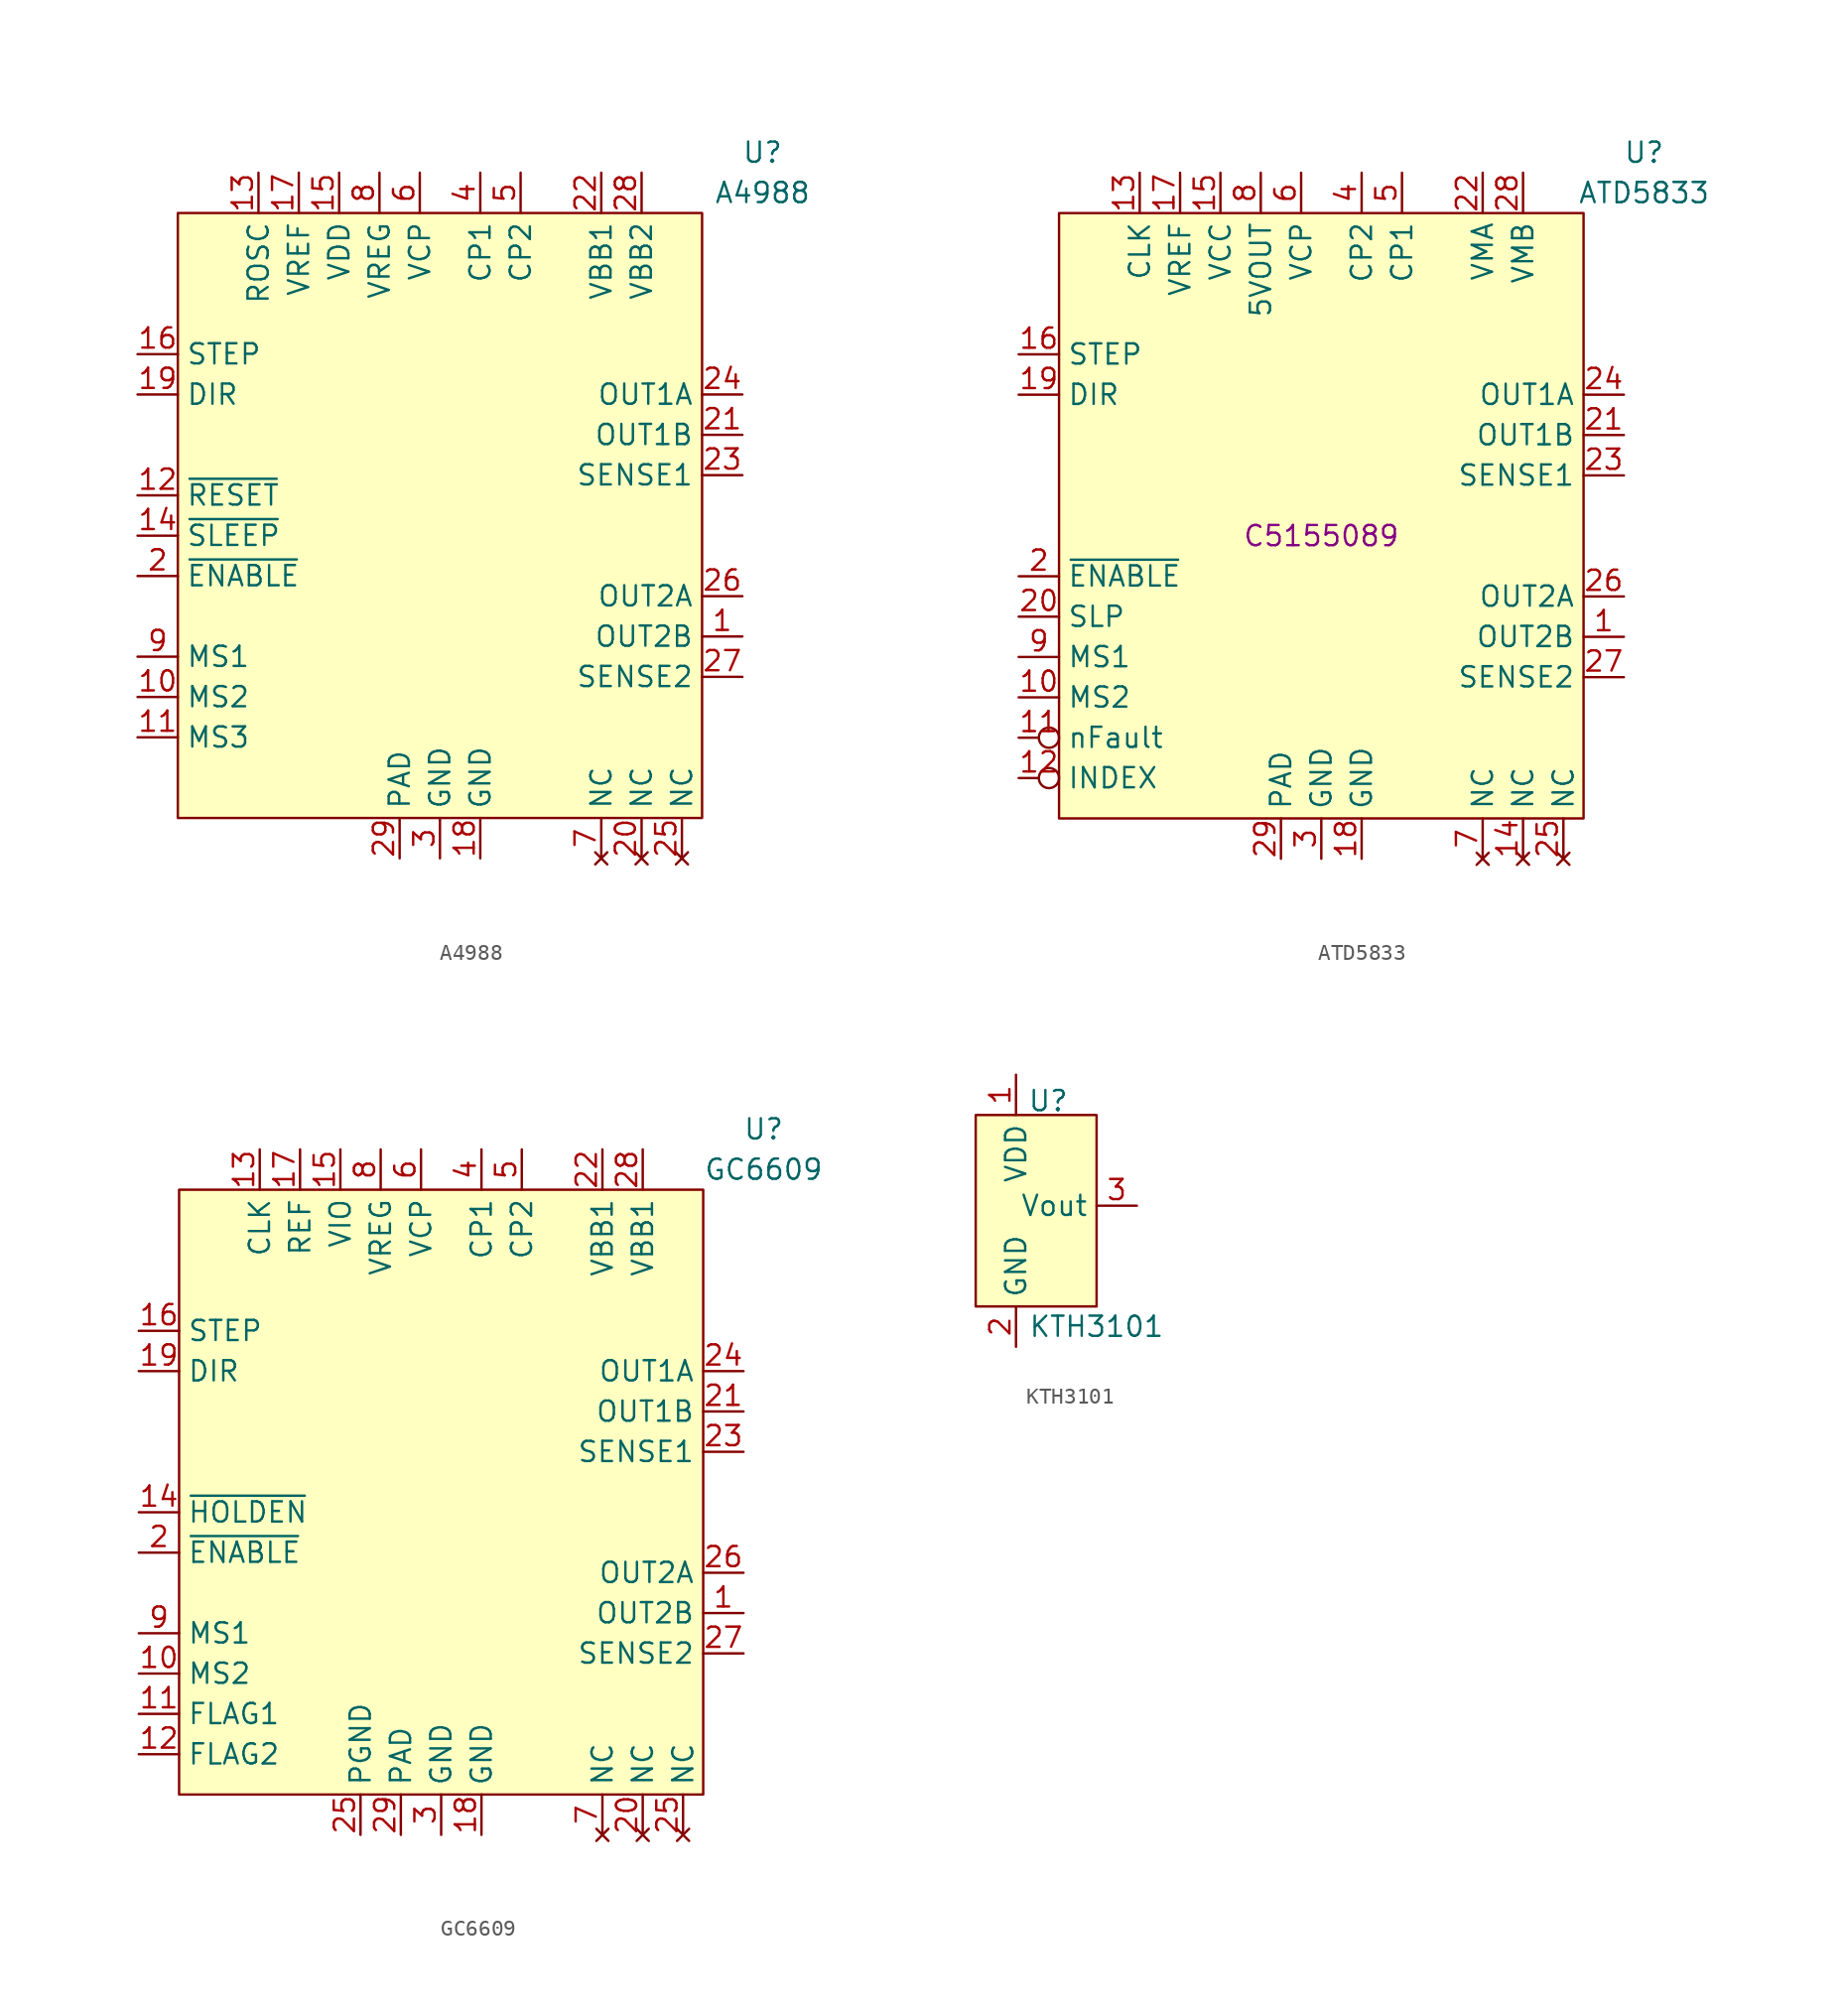
<source format=kicad_sym>
(kicad_symbol_lib
  (version 20241209)
  (generator "kicad_symbol_editor")
  (generator_version "9.0")
  (symbol "A4988"
    (property "Reference" "U"
      (at 20.32 24.13 0)
      (effects (font (size 1.27 1.27))))
    (property "Value" "A4988"
      (at 20.32 21.59 0)
      (effects (font (size 1.27 1.27))))
    (symbol "A4988_1_1"
      (rectangle (start -16.51 20.32) (end 16.51 -17.78) (stroke (width 0) (type default)) (fill (type background)))
      (pin input line (at -19.05 11.43 0) (length 2.54) (name "STEP" (effects (font (size 1.27 1.27)))) (number "16" (effects (font (size 1.27 1.27)))))
      (pin input line (at -19.05 8.89 0) (length 2.54) (name "DIR" (effects (font (size 1.27 1.27)))) (number "19" (effects (font (size 1.27 1.27)))))
      (pin input line (at -19.05 2.54 0) (length 2.54) (name "~{RESET}" (effects (font (size 1.27 1.27)))) (number "12" (effects (font (size 1.27 1.27)))))
      (pin input line (at -19.05 0 0) (length 2.54) (name "~{SLEEP}" (effects (font (size 1.27 1.27)))) (number "14" (effects (font (size 1.27 1.27)))))
      (pin input line (at -19.05 -2.54 0) (length 2.54) (name "~{ENABLE}" (effects (font (size 1.27 1.27)))) (number "2" (effects (font (size 1.27 1.27)))))
      (pin input line (at -19.05 -7.62 0) (length 2.54) (name "MS1" (effects (font (size 1.27 1.27)))) (number "9" (effects (font (size 1.27 1.27)))))
      (pin input line (at -19.05 -10.16 0) (length 2.54) (name "MS2" (effects (font (size 1.27 1.27)))) (number "10" (effects (font (size 1.27 1.27)))))
      (pin input line (at -19.05 -12.7 0) (length 2.54) (name "MS3" (effects (font (size 1.27 1.27)))) (number "11" (effects (font (size 1.27 1.27)))))
      (pin passive line (at -11.43 22.86 270) (length 2.54) (name "ROSC" (effects (font (size 1.27 1.27)))) (number "13" (effects (font (size 1.27 1.27)))))
      (pin input line (at -8.89 22.86 270) (length 2.54) (name "VREF" (effects (font (size 1.27 1.27)))) (number "17" (effects (font (size 1.27 1.27)))))
      (pin power_in line (at -6.35 22.86 270) (length 2.54) (name "VDD" (effects (font (size 1.27 1.27)))) (number "15" (effects (font (size 1.27 1.27)))))
      (pin passive line (at -3.81 22.86 270) (length 2.54) (name "VREG" (effects (font (size 1.27 1.27)))) (number "8" (effects (font (size 1.27 1.27)))))
      (pin passive line (at -2.54 -20.32 90) (length 2.54) (name "PAD" (effects (font (size 1.27 1.27)))) (number "29" (effects (font (size 1.27 1.27)))))
      (pin passive line (at -1.27 22.86 270) (length 2.54) (name "VCP" (effects (font (size 1.27 1.27)))) (number "6" (effects (font (size 1.27 1.27)))))
      (pin power_in line (at 0 -20.32 90) (length 2.54) (name "GND" (effects (font (size 1.27 1.27)))) (number "3" (effects (font (size 1.27 1.27)))))
      (pin passive line (at 2.54 22.86 270) (length 2.54) (name "CP1" (effects (font (size 1.27 1.27)))) (number "4" (effects (font (size 1.27 1.27)))))
      (pin power_in line (at 2.54 -20.32 90) (length 2.54) (name "GND" (effects (font (size 1.27 1.27)))) (number "18" (effects (font (size 1.27 1.27)))))
      (pin passive line (at 5.08 22.86 270) (length 2.54) (name "CP2" (effects (font (size 1.27 1.27)))) (number "5" (effects (font (size 1.27 1.27)))))
      (pin power_in line (at 10.16 22.86 270) (length 2.54) (name "VBB1" (effects (font (size 1.27 1.27)))) (number "22" (effects (font (size 1.27 1.27)))))
      (pin no_connect line (at 10.16 -20.32 90) (length 2.54) (name "NC" (effects (font (size 1.27 1.27)))) (number "7" (effects (font (size 1.27 1.27)))))
      (pin power_in line (at 12.7 22.86 270) (length 2.54) (name "VBB2" (effects (font (size 1.27 1.27)))) (number "28" (effects (font (size 1.27 1.27)))))
      (pin no_connect line (at 12.7 -20.32 90) (length 2.54) (name "NC" (effects (font (size 1.27 1.27)))) (number "20" (effects (font (size 1.27 1.27)))))
      (pin no_connect line (at 15.24 -20.32 90) (length 2.54) (name "NC" (effects (font (size 1.27 1.27)))) (number "25" (effects (font (size 1.27 1.27)))))
      (pin output line (at 19.05 8.89 180) (length 2.54) (name "OUT1A" (effects (font (size 1.27 1.27)))) (number "24" (effects (font (size 1.27 1.27)))))
      (pin output line (at 19.05 6.35 180) (length 2.54) (name "OUT1B" (effects (font (size 1.27 1.27)))) (number "21" (effects (font (size 1.27 1.27)))))
      (pin passive line (at 19.05 3.81 180) (length 2.54) (name "SENSE1" (effects (font (size 1.27 1.27)))) (number "23" (effects (font (size 1.27 1.27)))))
      (pin output line (at 19.05 -3.81 180) (length 2.54) (name "OUT2A" (effects (font (size 1.27 1.27)))) (number "26" (effects (font (size 1.27 1.27)))))
      (pin output line (at 19.05 -6.35 180) (length 2.54) (name "OUT2B" (effects (font (size 1.27 1.27)))) (number "1" (effects (font (size 1.27 1.27)))))
      (pin passive line (at 19.05 -8.89 180) (length 2.54) (name "SENSE2" (effects (font (size 1.27 1.27)))) (number "27" (effects (font (size 1.27 1.27)))))))
  (symbol "ATD5833"
    (property "Reference" "U"
      (at 20.32 24.13 0)
      (effects (font (size 1.27 1.27))))
    (property "Value" "ATD5833"
      (at 20.32 21.59 0)
      (effects (font (size 1.27 1.27))))
    (property "LCSC" "C5155089"
      (at 0 0 0)
      (effects (font (size 1.27 1.27))))
    (symbol "ATD5833_1_1"
      (rectangle (start -16.51 20.32) (end 16.51 -17.78) (stroke (width 0) (type default)) (fill (type background)))
      (pin input line (at -19.05 11.43 0) (length 2.54) (name "STEP" (effects (font (size 1.27 1.27)))) (number "16" (effects (font (size 1.27 1.27)))))
      (pin input line (at -19.05 8.89 0) (length 2.54) (name "DIR" (effects (font (size 1.27 1.27)))) (number "19" (effects (font (size 1.27 1.27)))))
      (pin input line (at -19.05 -2.54 0) (length 2.54) (name "~{ENABLE}" (effects (font (size 1.27 1.27)))) (number "2" (effects (font (size 1.27 1.27)))))
      (pin input line (at -19.05 -5.08 0) (length 2.54) (name "SLP" (effects (font (size 1.27 1.27)))) (number "20" (effects (font (size 1.27 1.27)))))
      (pin input line (at -19.05 -7.62 0) (length 2.54) (name "MS1" (effects (font (size 1.27 1.27)))) (number "9" (effects (font (size 1.27 1.27)))))
      (pin input line (at -19.05 -10.16 0) (length 2.54) (name "MS2" (effects (font (size 1.27 1.27)))) (number "10" (effects (font (size 1.27 1.27)))))
      (pin output inverted (at -19.05 -12.7 0) (length 2.54) (name "nFault" (effects (font (size 1.27 1.27)))) (number "11" (effects (font (size 1.27 1.27)))))
      (pin output inverted (at -19.05 -15.24 0) (length 2.54) (name "INDEX" (effects (font (size 1.27 1.27)))) (number "12" (effects (font (size 1.27 1.27)))))
      (pin input line (at -11.43 22.86 270) (length 2.54) (name "CLK" (effects (font (size 1.27 1.27)))) (number "13" (effects (font (size 1.27 1.27)))))
      (pin input line (at -8.89 22.86 270) (length 2.54) (name "VREF" (effects (font (size 1.27 1.27)))) (number "17" (effects (font (size 1.27 1.27)))))
      (pin power_in line (at -6.35 22.86 270) (length 2.54) (name "VCC" (effects (font (size 1.27 1.27)))) (number "15" (effects (font (size 1.27 1.27)))))
      (pin power_out line (at -3.81 22.86 270) (length 2.54) (name "5VOUT" (effects (font (size 1.27 1.27)))) (number "8" (effects (font (size 1.27 1.27)))))
      (pin passive line (at -2.54 -20.32 90) (length 2.54) (name "PAD" (effects (font (size 1.27 1.27)))) (number "29" (effects (font (size 1.27 1.27)))))
      (pin passive line (at -1.27 22.86 270) (length 2.54) (name "VCP" (effects (font (size 1.27 1.27)))) (number "6" (effects (font (size 1.27 1.27)))))
      (pin power_in line (at 0 -20.32 90) (length 2.54) (name "GND" (effects (font (size 1.27 1.27)))) (number "3" (effects (font (size 1.27 1.27)))))
      (pin passive line (at 2.54 22.86 270) (length 2.54) (name "CP2" (effects (font (size 1.27 1.27)))) (number "4" (effects (font (size 1.27 1.27)))))
      (pin power_in line (at 2.54 -20.32 90) (length 2.54) (name "GND" (effects (font (size 1.27 1.27)))) (number "18" (effects (font (size 1.27 1.27)))))
      (pin passive line (at 5.08 22.86 270) (length 2.54) (name "CP1" (effects (font (size 1.27 1.27)))) (number "5" (effects (font (size 1.27 1.27)))))
      (pin power_in line (at 10.16 22.86 270) (length 2.54) (name "VMA" (effects (font (size 1.27 1.27)))) (number "22" (effects (font (size 1.27 1.27)))))
      (pin no_connect line (at 10.16 -20.32 90) (length 2.54) (name "NC" (effects (font (size 1.27 1.27)))) (number "7" (effects (font (size 1.27 1.27)))))
      (pin power_in line (at 12.7 22.86 270) (length 2.54) (name "VMB" (effects (font (size 1.27 1.27)))) (number "28" (effects (font (size 1.27 1.27)))))
      (pin no_connect line (at 12.7 -20.32 90) (length 2.54) (name "NC" (effects (font (size 1.27 1.27)))) (number "14" (effects (font (size 1.27 1.27)))))
      (pin no_connect line (at 15.24 -20.32 90) (length 2.54) (name "NC" (effects (font (size 1.27 1.27)))) (number "25" (effects (font (size 1.27 1.27)))))
      (pin output line (at 19.05 8.89 180) (length 2.54) (name "OUT1A" (effects (font (size 1.27 1.27)))) (number "24" (effects (font (size 1.27 1.27)))))
      (pin output line (at 19.05 6.35 180) (length 2.54) (name "OUT1B" (effects (font (size 1.27 1.27)))) (number "21" (effects (font (size 1.27 1.27)))))
      (pin input line (at 19.05 3.81 180) (length 2.54) (name "SENSE1" (effects (font (size 1.27 1.27)))) (number "23" (effects (font (size 1.27 1.27)))))
      (pin output line (at 19.05 -3.81 180) (length 2.54) (name "OUT2A" (effects (font (size 1.27 1.27)))) (number "26" (effects (font (size 1.27 1.27)))))
      (pin output line (at 19.05 -6.35 180) (length 2.54) (name "OUT2B" (effects (font (size 1.27 1.27)))) (number "1" (effects (font (size 1.27 1.27)))))
      (pin input line (at 19.05 -8.89 180) (length 2.54) (name "SENSE2" (effects (font (size 1.27 1.27)))) (number "27" (effects (font (size 1.27 1.27)))))))
  (symbol "GC6609"
    (property "Reference" "U"
      (at 20.32 24.13 0)
      (effects (font (size 1.27 1.27))))
    (property "Value" "GC6609"
      (at 20.32 21.59 0)
      (effects (font (size 1.27 1.27))))
    (symbol "GC6609_1_1"
      (rectangle (start -16.51 20.32) (end 16.51 -17.78) (stroke (width 0) (type default)) (fill (type background)))
      (pin input line (at -19.05 11.43 0) (length 2.54) (name "STEP" (effects (font (size 1.27 1.27)))) (number "16" (effects (font (size 1.27 1.27)))))
      (pin input line (at -19.05 8.89 0) (length 2.54) (name "DIR" (effects (font (size 1.27 1.27)))) (number "19" (effects (font (size 1.27 1.27)))))
      (pin input line (at -19.05 0 0) (length 2.54) (name "~{HOLDEN}" (effects (font (size 1.27 1.27)))) (number "14" (effects (font (size 1.27 1.27)))))
      (pin input line (at -19.05 -2.54 0) (length 2.54) (name "~{ENABLE}" (effects (font (size 1.27 1.27)))) (number "2" (effects (font (size 1.27 1.27)))))
      (pin input line (at -19.05 -7.62 0) (length 2.54) (name "MS1" (effects (font (size 1.27 1.27)))) (number "9" (effects (font (size 1.27 1.27)))))
      (pin input line (at -19.05 -10.16 0) (length 2.54) (name "MS2" (effects (font (size 1.27 1.27)))) (number "10" (effects (font (size 1.27 1.27)))))
      (pin output line (at -19.05 -12.7 0) (length 2.54) (name "FLAG1" (effects (font (size 1.27 1.27)))) (number "11" (effects (font (size 1.27 1.27)))))
      (pin output line (at -19.05 -15.24 0) (length 2.54) (name "FLAG2" (effects (font (size 1.27 1.27)))) (number "12" (effects (font (size 1.27 1.27)))))
      (pin passive line (at -11.43 22.86 270) (length 2.54) (name "CLK" (effects (font (size 1.27 1.27)))) (number "13" (effects (font (size 1.27 1.27)))))
      (pin input line (at -8.89 22.86 270) (length 2.54) (name "REF" (effects (font (size 1.27 1.27)))) (number "17" (effects (font (size 1.27 1.27)))))
      (pin power_in line (at -6.35 22.86 270) (length 2.54) (name "VIO" (effects (font (size 1.27 1.27)))) (number "15" (effects (font (size 1.27 1.27)))))
      (pin power_in line (at -5.08 -20.32 90) (length 2.54) (name "PGND" (effects (font (size 1.27 1.27)))) (number "25" (effects (font (size 1.27 1.27)))))
      (pin passive line (at -3.81 22.86 270) (length 2.54) (name "VREG" (effects (font (size 1.27 1.27)))) (number "8" (effects (font (size 1.27 1.27)))))
      (pin passive line (at -2.54 -20.32 90) (length 2.54) (name "PAD" (effects (font (size 1.27 1.27)))) (number "29" (effects (font (size 1.27 1.27)))))
      (pin passive line (at -1.27 22.86 270) (length 2.54) (name "VCP" (effects (font (size 1.27 1.27)))) (number "6" (effects (font (size 1.27 1.27)))))
      (pin power_in line (at 0 -20.32 90) (length 2.54) (name "GND" (effects (font (size 1.27 1.27)))) (number "3" (effects (font (size 1.27 1.27)))))
      (pin passive line (at 2.54 22.86 270) (length 2.54) (name "CP1" (effects (font (size 1.27 1.27)))) (number "4" (effects (font (size 1.27 1.27)))))
      (pin power_in line (at 2.54 -20.32 90) (length 2.54) (name "GND" (effects (font (size 1.27 1.27)))) (number "18" (effects (font (size 1.27 1.27)))))
      (pin passive line (at 5.08 22.86 270) (length 2.54) (name "CP2" (effects (font (size 1.27 1.27)))) (number "5" (effects (font (size 1.27 1.27)))))
      (pin power_in line (at 10.16 22.86 270) (length 2.54) (name "VBB1" (effects (font (size 1.27 1.27)))) (number "22" (effects (font (size 1.27 1.27)))))
      (pin no_connect line (at 10.16 -20.32 90) (length 2.54) (name "NC" (effects (font (size 1.27 1.27)))) (number "7" (effects (font (size 1.27 1.27)))))
      (pin power_in line (at 12.7 22.86 270) (length 2.54) (name "VBB1" (effects (font (size 1.27 1.27)))) (number "28" (effects (font (size 1.27 1.27)))))
      (pin no_connect line (at 12.7 -20.32 90) (length 2.54) (name "NC" (effects (font (size 1.27 1.27)))) (number "20" (effects (font (size 1.27 1.27)))))
      (pin no_connect line (at 15.24 -20.32 90) (length 2.54) (name "NC" (effects (font (size 1.27 1.27)))) (number "25" (effects (font (size 1.27 1.27)))))
      (pin output line (at 19.05 8.89 180) (length 2.54) (name "OUT1A" (effects (font (size 1.27 1.27)))) (number "24" (effects (font (size 1.27 1.27)))))
      (pin output line (at 19.05 6.35 180) (length 2.54) (name "OUT1B" (effects (font (size 1.27 1.27)))) (number "21" (effects (font (size 1.27 1.27)))))
      (pin passive line (at 19.05 3.81 180) (length 2.54) (name "SENSE1" (effects (font (size 1.27 1.27)))) (number "23" (effects (font (size 1.27 1.27)))))
      (pin output line (at 19.05 -3.81 180) (length 2.54) (name "OUT2A" (effects (font (size 1.27 1.27)))) (number "26" (effects (font (size 1.27 1.27)))))
      (pin output line (at 19.05 -6.35 180) (length 2.54) (name "OUT2B" (effects (font (size 1.27 1.27)))) (number "1" (effects (font (size 1.27 1.27)))))
      (pin passive line (at 19.05 -8.89 180) (length 2.54) (name "SENSE2" (effects (font (size 1.27 1.27)))) (number "27" (effects (font (size 1.27 1.27)))))))
  (symbol "KTH3101"
    (property "Reference" "U"
      (at 0.762 6.604 0)
      (effects (font (size 1.27 1.27))))
    (property "Value" "KTH3101"
      (at 3.81 -7.62 0)
      (effects (font (size 1.27 1.27))))
    (symbol "KTH3101_1_1"
      (rectangle (start -3.81 5.715) (end 3.81 -6.35) (stroke (width 0) (type solid)) (fill (type background)))
      (pin power_in line (at -1.27 8.255 270) (length 2.54) (name "VDD" (effects (font (size 1.27 1.27)))) (number "1" (effects (font (size 1.27 1.27)))))
      (pin power_in line (at -1.27 -8.89 90) (length 2.54) (name "GND" (effects (font (size 1.27 1.27)))) (number "2" (effects (font (size 1.27 1.27)))))
      (pin output line (at 6.35 0 180) (length 2.54) (name "Vout" (effects (font (size 1.27 1.27)))) (number "3" (effects (font (size 1.27 1.27))))))))
</source>
